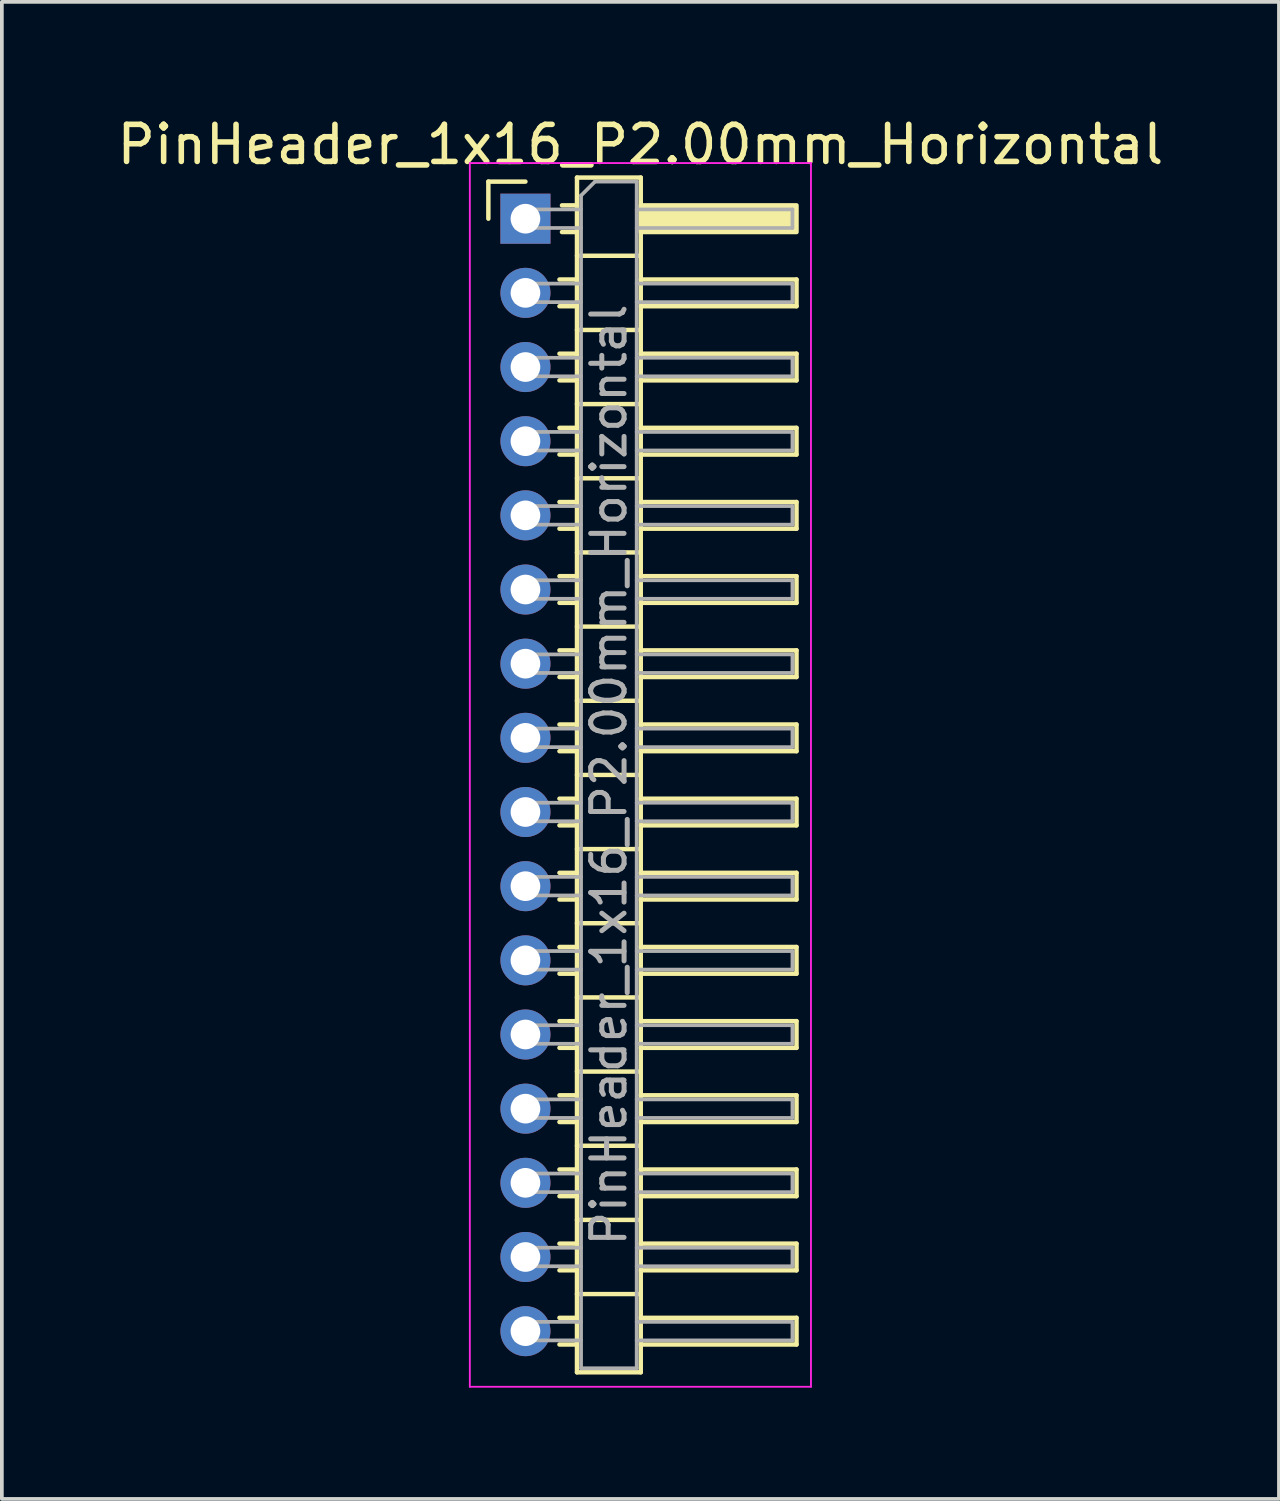
<source format=kicad_pcb>
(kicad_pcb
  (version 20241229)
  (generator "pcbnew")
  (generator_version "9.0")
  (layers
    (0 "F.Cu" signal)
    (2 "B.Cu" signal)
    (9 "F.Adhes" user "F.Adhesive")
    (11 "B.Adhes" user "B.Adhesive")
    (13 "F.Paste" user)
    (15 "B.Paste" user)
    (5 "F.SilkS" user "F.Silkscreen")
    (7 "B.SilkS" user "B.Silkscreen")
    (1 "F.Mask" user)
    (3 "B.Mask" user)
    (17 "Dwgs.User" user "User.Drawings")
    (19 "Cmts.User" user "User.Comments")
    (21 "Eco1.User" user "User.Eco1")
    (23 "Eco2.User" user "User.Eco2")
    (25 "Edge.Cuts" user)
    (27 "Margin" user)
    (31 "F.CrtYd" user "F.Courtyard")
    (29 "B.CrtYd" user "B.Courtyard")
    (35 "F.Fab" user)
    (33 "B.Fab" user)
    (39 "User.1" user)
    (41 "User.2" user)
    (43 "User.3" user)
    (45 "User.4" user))
  (footprint "PinHeader_1x16_P2.00mm_Horizontal"
    (layer "F.Cu")
    (at 11.12 2.848)
    (property "Reference" "PinHeader_1x16_P2.00mm_Horizontal" (at 3.1 -2 0) (layer "F.SilkS") (effects (font (size 1 1) (thickness 0.15))))
    (attr through_hole)
    (fp_line (start -1 -1) (end 0 -1) (stroke (width 0.12) (type solid)) (layer "F.SilkS"))
    (fp_line (start -1 0) (end -1 -1) (stroke (width 0.12) (type solid)) (layer "F.SilkS"))
    (fp_line (start 0.917 1.64) (end 1.39 1.64) (stroke (width 0.12) (type solid)) (layer "F.SilkS"))
    (fp_line (start 0.917 2.36) (end 1.39 2.36) (stroke (width 0.12) (type solid)) (layer "F.SilkS"))
    (fp_line (start 0.917 3.64) (end 1.39 3.64) (stroke (width 0.12) (type solid)) (layer "F.SilkS"))
    (fp_line (start 0.917 4.36) (end 1.39 4.36) (stroke (width 0.12) (type solid)) (layer "F.SilkS"))
    (fp_line (start 0.917 5.64) (end 1.39 5.64) (stroke (width 0.12) (type solid)) (layer "F.SilkS"))
    (fp_line (start 0.917 6.36) (end 1.39 6.36) (stroke (width 0.12) (type solid)) (layer "F.SilkS"))
    (fp_line (start 0.917 7.64) (end 1.39 7.64) (stroke (width 0.12) (type solid)) (layer "F.SilkS"))
    (fp_line (start 0.917 8.36) (end 1.39 8.36) (stroke (width 0.12) (type solid)) (layer "F.SilkS"))
    (fp_line (start 0.917 9.64) (end 1.39 9.64) (stroke (width 0.12) (type solid)) (layer "F.SilkS"))
    (fp_line (start 0.917 10.36) (end 1.39 10.36) (stroke (width 0.12) (type solid)) (layer "F.SilkS"))
    (fp_line (start 0.917 11.64) (end 1.39 11.64) (stroke (width 0.12) (type solid)) (layer "F.SilkS"))
    (fp_line (start 0.917 12.36) (end 1.39 12.36) (stroke (width 0.12) (type solid)) (layer "F.SilkS"))
    (fp_line (start 0.917 13.64) (end 1.39 13.64) (stroke (width 0.12) (type solid)) (layer "F.SilkS"))
    (fp_line (start 0.917 14.36) (end 1.39 14.36) (stroke (width 0.12) (type solid)) (layer "F.SilkS"))
    (fp_line (start 0.917 15.64) (end 1.39 15.64) (stroke (width 0.12) (type solid)) (layer "F.SilkS"))
    (fp_line (start 0.917 16.36) (end 1.39 16.36) (stroke (width 0.12) (type solid)) (layer "F.SilkS"))
    (fp_line (start 0.917 17.64) (end 1.39 17.64) (stroke (width 0.12) (type solid)) (layer "F.SilkS"))
    (fp_line (start 0.917 18.36) (end 1.39 18.36) (stroke (width 0.12) (type solid)) (layer "F.SilkS"))
    (fp_line (start 0.917 19.64) (end 1.39 19.64) (stroke (width 0.12) (type solid)) (layer "F.SilkS"))
    (fp_line (start 0.917 20.36) (end 1.39 20.36) (stroke (width 0.12) (type solid)) (layer "F.SilkS"))
    (fp_line (start 0.917 21.64) (end 1.39 21.64) (stroke (width 0.12) (type solid)) (layer "F.SilkS"))
    (fp_line (start 0.917 22.36) (end 1.39 22.36) (stroke (width 0.12) (type solid)) (layer "F.SilkS"))
    (fp_line (start 0.917 23.64) (end 1.39 23.64) (stroke (width 0.12) (type solid)) (layer "F.SilkS"))
    (fp_line (start 0.917 24.36) (end 1.39 24.36) (stroke (width 0.12) (type solid)) (layer "F.SilkS"))
    (fp_line (start 0.917 25.64) (end 1.39 25.64) (stroke (width 0.12) (type solid)) (layer "F.SilkS"))
    (fp_line (start 0.917 26.36) (end 1.39 26.36) (stroke (width 0.12) (type solid)) (layer "F.SilkS"))
    (fp_line (start 0.917 27.64) (end 1.39 27.64) (stroke (width 0.12) (type solid)) (layer "F.SilkS"))
    (fp_line (start 0.917 28.36) (end 1.39 28.36) (stroke (width 0.12) (type solid)) (layer "F.SilkS"))
    (fp_line (start 0.917 29.64) (end 1.39 29.64) (stroke (width 0.12) (type solid)) (layer "F.SilkS"))
    (fp_line (start 0.917 30.36) (end 1.39 30.36) (stroke (width 0.12) (type solid)) (layer "F.SilkS"))
    (fp_line (start 0.985 -0.36) (end 1.39 -0.36) (stroke (width 0.12) (type solid)) (layer "F.SilkS"))
    (fp_line (start 0.985 0.36) (end 1.39 0.36) (stroke (width 0.12) (type solid)) (layer "F.SilkS"))
    (fp_line (start 1.39 -1.11) (end 1.39 31.11) (stroke (width 0.12) (type solid)) (layer "F.SilkS"))
    (fp_line (start 1.39 1) (end 3.11 1) (stroke (width 0.12) (type solid)) (layer "F.SilkS"))
    (fp_line (start 1.39 3) (end 3.11 3) (stroke (width 0.12) (type solid)) (layer "F.SilkS"))
    (fp_line (start 1.39 5) (end 3.11 5) (stroke (width 0.12) (type solid)) (layer "F.SilkS"))
    (fp_line (start 1.39 7) (end 3.11 7) (stroke (width 0.12) (type solid)) (layer "F.SilkS"))
    (fp_line (start 1.39 9) (end 3.11 9) (stroke (width 0.12) (type solid)) (layer "F.SilkS"))
    (fp_line (start 1.39 11) (end 3.11 11) (stroke (width 0.12) (type solid)) (layer "F.SilkS"))
    (fp_line (start 1.39 13) (end 3.11 13) (stroke (width 0.12) (type solid)) (layer "F.SilkS"))
    (fp_line (start 1.39 15) (end 3.11 15) (stroke (width 0.12) (type solid)) (layer "F.SilkS"))
    (fp_line (start 1.39 17) (end 3.11 17) (stroke (width 0.12) (type solid)) (layer "F.SilkS"))
    (fp_line (start 1.39 19) (end 3.11 19) (stroke (width 0.12) (type solid)) (layer "F.SilkS"))
    (fp_line (start 1.39 21) (end 3.11 21) (stroke (width 0.12) (type solid)) (layer "F.SilkS"))
    (fp_line (start 1.39 23) (end 3.11 23) (stroke (width 0.12) (type solid)) (layer "F.SilkS"))
    (fp_line (start 1.39 25) (end 3.11 25) (stroke (width 0.12) (type solid)) (layer "F.SilkS"))
    (fp_line (start 1.39 27) (end 3.11 27) (stroke (width 0.12) (type solid)) (layer "F.SilkS"))
    (fp_line (start 1.39 29) (end 3.11 29) (stroke (width 0.12) (type solid)) (layer "F.SilkS"))
    (fp_line (start 1.39 31.11) (end 3.11 31.11) (stroke (width 0.12) (type solid)) (layer "F.SilkS"))
    (fp_line (start 3.11 -1.11) (end 1.39 -1.11) (stroke (width 0.12) (type solid)) (layer "F.SilkS"))
    (fp_line (start 3.11 1.64) (end 7.31 1.64) (stroke (width 0.12) (type solid)) (layer "F.SilkS"))
    (fp_line (start 3.11 3.64) (end 7.31 3.64) (stroke (width 0.12) (type solid)) (layer "F.SilkS"))
    (fp_line (start 3.11 5.64) (end 7.31 5.64) (stroke (width 0.12) (type solid)) (layer "F.SilkS"))
    (fp_line (start 3.11 7.64) (end 7.31 7.64) (stroke (width 0.12) (type solid)) (layer "F.SilkS"))
    (fp_line (start 3.11 9.64) (end 7.31 9.64) (stroke (width 0.12) (type solid)) (layer "F.SilkS"))
    (fp_line (start 3.11 11.64) (end 7.31 11.64) (stroke (width 0.12) (type solid)) (layer "F.SilkS"))
    (fp_line (start 3.11 13.64) (end 7.31 13.64) (stroke (width 0.12) (type solid)) (layer "F.SilkS"))
    (fp_line (start 3.11 15.64) (end 7.31 15.64) (stroke (width 0.12) (type solid)) (layer "F.SilkS"))
    (fp_line (start 3.11 17.64) (end 7.31 17.64) (stroke (width 0.12) (type solid)) (layer "F.SilkS"))
    (fp_line (start 3.11 19.64) (end 7.31 19.64) (stroke (width 0.12) (type solid)) (layer "F.SilkS"))
    (fp_line (start 3.11 21.64) (end 7.31 21.64) (stroke (width 0.12) (type solid)) (layer "F.SilkS"))
    (fp_line (start 3.11 23.64) (end 7.31 23.64) (stroke (width 0.12) (type solid)) (layer "F.SilkS"))
    (fp_line (start 3.11 25.64) (end 7.31 25.64) (stroke (width 0.12) (type solid)) (layer "F.SilkS"))
    (fp_line (start 3.11 27.64) (end 7.31 27.64) (stroke (width 0.12) (type solid)) (layer "F.SilkS"))
    (fp_line (start 3.11 29.64) (end 7.31 29.64) (stroke (width 0.12) (type solid)) (layer "F.SilkS"))
    (fp_line (start 3.11 31.11) (end 3.11 -1.11) (stroke (width 0.12) (type solid)) (layer "F.SilkS"))
    (fp_line (start 7.31 1.64) (end 7.31 2.36) (stroke (width 0.12) (type solid)) (layer "F.SilkS"))
    (fp_line (start 7.31 2.36) (end 3.11 2.36) (stroke (width 0.12) (type solid)) (layer "F.SilkS"))
    (fp_line (start 7.31 3.64) (end 7.31 4.36) (stroke (width 0.12) (type solid)) (layer "F.SilkS"))
    (fp_line (start 7.31 4.36) (end 3.11 4.36) (stroke (width 0.12) (type solid)) (layer "F.SilkS"))
    (fp_line (start 7.31 5.64) (end 7.31 6.36) (stroke (width 0.12) (type solid)) (layer "F.SilkS"))
    (fp_line (start 7.31 6.36) (end 3.11 6.36) (stroke (width 0.12) (type solid)) (layer "F.SilkS"))
    (fp_line (start 7.31 7.64) (end 7.31 8.36) (stroke (width 0.12) (type solid)) (layer "F.SilkS"))
    (fp_line (start 7.31 8.36) (end 3.11 8.36) (stroke (width 0.12) (type solid)) (layer "F.SilkS"))
    (fp_line (start 7.31 9.64) (end 7.31 10.36) (stroke (width 0.12) (type solid)) (layer "F.SilkS"))
    (fp_line (start 7.31 10.36) (end 3.11 10.36) (stroke (width 0.12) (type solid)) (layer "F.SilkS"))
    (fp_line (start 7.31 11.64) (end 7.31 12.36) (stroke (width 0.12) (type solid)) (layer "F.SilkS"))
    (fp_line (start 7.31 12.36) (end 3.11 12.36) (stroke (width 0.12) (type solid)) (layer "F.SilkS"))
    (fp_line (start 7.31 13.64) (end 7.31 14.36) (stroke (width 0.12) (type solid)) (layer "F.SilkS"))
    (fp_line (start 7.31 14.36) (end 3.11 14.36) (stroke (width 0.12) (type solid)) (layer "F.SilkS"))
    (fp_line (start 7.31 15.64) (end 7.31 16.36) (stroke (width 0.12) (type solid)) (layer "F.SilkS"))
    (fp_line (start 7.31 16.36) (end 3.11 16.36) (stroke (width 0.12) (type solid)) (layer "F.SilkS"))
    (fp_line (start 7.31 17.64) (end 7.31 18.36) (stroke (width 0.12) (type solid)) (layer "F.SilkS"))
    (fp_line (start 7.31 18.36) (end 3.11 18.36) (stroke (width 0.12) (type solid)) (layer "F.SilkS"))
    (fp_line (start 7.31 19.64) (end 7.31 20.36) (stroke (width 0.12) (type solid)) (layer "F.SilkS"))
    (fp_line (start 7.31 20.36) (end 3.11 20.36) (stroke (width 0.12) (type solid)) (layer "F.SilkS"))
    (fp_line (start 7.31 21.64) (end 7.31 22.36) (stroke (width 0.12) (type solid)) (layer "F.SilkS"))
    (fp_line (start 7.31 22.36) (end 3.11 22.36) (stroke (width 0.12) (type solid)) (layer "F.SilkS"))
    (fp_line (start 7.31 23.64) (end 7.31 24.36) (stroke (width 0.12) (type solid)) (layer "F.SilkS"))
    (fp_line (start 7.31 24.36) (end 3.11 24.36) (stroke (width 0.12) (type solid)) (layer "F.SilkS"))
    (fp_line (start 7.31 25.64) (end 7.31 26.36) (stroke (width 0.12) (type solid)) (layer "F.SilkS"))
    (fp_line (start 7.31 26.36) (end 3.11 26.36) (stroke (width 0.12) (type solid)) (layer "F.SilkS"))
    (fp_line (start 7.31 27.64) (end 7.31 28.36) (stroke (width 0.12) (type solid)) (layer "F.SilkS"))
    (fp_line (start 7.31 28.36) (end 3.11 28.36) (stroke (width 0.12) (type solid)) (layer "F.SilkS"))
    (fp_line (start 7.31 29.64) (end 7.31 30.36) (stroke (width 0.12) (type solid)) (layer "F.SilkS"))
    (fp_line (start 7.31 30.36) (end 3.11 30.36) (stroke (width 0.12) (type solid)) (layer "F.SilkS"))
    (fp_rect (start 3.11 -0.36) (end 7.31 0.36) (stroke (width 0.12) (type solid)) (fill yes) (layer "F.SilkS"))
    (fp_line (start -1.5 -1.5) (end -1.5 31.5) (stroke (width 0.05) (type solid)) (layer "F.CrtYd"))
    (fp_line (start -1.5 31.5) (end 7.7 31.5) (stroke (width 0.05) (type solid)) (layer "F.CrtYd"))
    (fp_line (start 7.7 -1.5) (end -1.5 -1.5) (stroke (width 0.05) (type solid)) (layer "F.CrtYd"))
    (fp_line (start 7.7 31.5) (end 7.7 -1.5) (stroke (width 0.05) (type solid)) (layer "F.CrtYd"))
    (fp_line (start -0.25 -0.25) (end -0.25 0.25) (stroke (width 0.1) (type solid)) (layer "F.Fab"))
    (fp_line (start -0.25 -0.25) (end 1.5 -0.25) (stroke (width 0.1) (type solid)) (layer "F.Fab"))
    (fp_line (start -0.25 0.25) (end 1.5 0.25) (stroke (width 0.1) (type solid)) (layer "F.Fab"))
    (fp_line (start -0.25 1.75) (end -0.25 2.25) (stroke (width 0.1) (type solid)) (layer "F.Fab"))
    (fp_line (start -0.25 1.75) (end 1.5 1.75) (stroke (width 0.1) (type solid)) (layer "F.Fab"))
    (fp_line (start -0.25 2.25) (end 1.5 2.25) (stroke (width 0.1) (type solid)) (layer "F.Fab"))
    (fp_line (start -0.25 3.75) (end -0.25 4.25) (stroke (width 0.1) (type solid)) (layer "F.Fab"))
    (fp_line (start -0.25 3.75) (end 1.5 3.75) (stroke (width 0.1) (type solid)) (layer "F.Fab"))
    (fp_line (start -0.25 4.25) (end 1.5 4.25) (stroke (width 0.1) (type solid)) (layer "F.Fab"))
    (fp_line (start -0.25 5.75) (end -0.25 6.25) (stroke (width 0.1) (type solid)) (layer "F.Fab"))
    (fp_line (start -0.25 5.75) (end 1.5 5.75) (stroke (width 0.1) (type solid)) (layer "F.Fab"))
    (fp_line (start -0.25 6.25) (end 1.5 6.25) (stroke (width 0.1) (type solid)) (layer "F.Fab"))
    (fp_line (start -0.25 7.75) (end -0.25 8.25) (stroke (width 0.1) (type solid)) (layer "F.Fab"))
    (fp_line (start -0.25 7.75) (end 1.5 7.75) (stroke (width 0.1) (type solid)) (layer "F.Fab"))
    (fp_line (start -0.25 8.25) (end 1.5 8.25) (stroke (width 0.1) (type solid)) (layer "F.Fab"))
    (fp_line (start -0.25 9.75) (end -0.25 10.25) (stroke (width 0.1) (type solid)) (layer "F.Fab"))
    (fp_line (start -0.25 9.75) (end 1.5 9.75) (stroke (width 0.1) (type solid)) (layer "F.Fab"))
    (fp_line (start -0.25 10.25) (end 1.5 10.25) (stroke (width 0.1) (type solid)) (layer "F.Fab"))
    (fp_line (start -0.25 11.75) (end -0.25 12.25) (stroke (width 0.1) (type solid)) (layer "F.Fab"))
    (fp_line (start -0.25 11.75) (end 1.5 11.75) (stroke (width 0.1) (type solid)) (layer "F.Fab"))
    (fp_line (start -0.25 12.25) (end 1.5 12.25) (stroke (width 0.1) (type solid)) (layer "F.Fab"))
    (fp_line (start -0.25 13.75) (end -0.25 14.25) (stroke (width 0.1) (type solid)) (layer "F.Fab"))
    (fp_line (start -0.25 13.75) (end 1.5 13.75) (stroke (width 0.1) (type solid)) (layer "F.Fab"))
    (fp_line (start -0.25 14.25) (end 1.5 14.25) (stroke (width 0.1) (type solid)) (layer "F.Fab"))
    (fp_line (start -0.25 15.75) (end -0.25 16.25) (stroke (width 0.1) (type solid)) (layer "F.Fab"))
    (fp_line (start -0.25 15.75) (end 1.5 15.75) (stroke (width 0.1) (type solid)) (layer "F.Fab"))
    (fp_line (start -0.25 16.25) (end 1.5 16.25) (stroke (width 0.1) (type solid)) (layer "F.Fab"))
    (fp_line (start -0.25 17.75) (end -0.25 18.25) (stroke (width 0.1) (type solid)) (layer "F.Fab"))
    (fp_line (start -0.25 17.75) (end 1.5 17.75) (stroke (width 0.1) (type solid)) (layer "F.Fab"))
    (fp_line (start -0.25 18.25) (end 1.5 18.25) (stroke (width 0.1) (type solid)) (layer "F.Fab"))
    (fp_line (start -0.25 19.75) (end -0.25 20.25) (stroke (width 0.1) (type solid)) (layer "F.Fab"))
    (fp_line (start -0.25 19.75) (end 1.5 19.75) (stroke (width 0.1) (type solid)) (layer "F.Fab"))
    (fp_line (start -0.25 20.25) (end 1.5 20.25) (stroke (width 0.1) (type solid)) (layer "F.Fab"))
    (fp_line (start -0.25 21.75) (end -0.25 22.25) (stroke (width 0.1) (type solid)) (layer "F.Fab"))
    (fp_line (start -0.25 21.75) (end 1.5 21.75) (stroke (width 0.1) (type solid)) (layer "F.Fab"))
    (fp_line (start -0.25 22.25) (end 1.5 22.25) (stroke (width 0.1) (type solid)) (layer "F.Fab"))
    (fp_line (start -0.25 23.75) (end -0.25 24.25) (stroke (width 0.1) (type solid)) (layer "F.Fab"))
    (fp_line (start -0.25 23.75) (end 1.5 23.75) (stroke (width 0.1) (type solid)) (layer "F.Fab"))
    (fp_line (start -0.25 24.25) (end 1.5 24.25) (stroke (width 0.1) (type solid)) (layer "F.Fab"))
    (fp_line (start -0.25 25.75) (end -0.25 26.25) (stroke (width 0.1) (type solid)) (layer "F.Fab"))
    (fp_line (start -0.25 25.75) (end 1.5 25.75) (stroke (width 0.1) (type solid)) (layer "F.Fab"))
    (fp_line (start -0.25 26.25) (end 1.5 26.25) (stroke (width 0.1) (type solid)) (layer "F.Fab"))
    (fp_line (start -0.25 27.75) (end -0.25 28.25) (stroke (width 0.1) (type solid)) (layer "F.Fab"))
    (fp_line (start -0.25 27.75) (end 1.5 27.75) (stroke (width 0.1) (type solid)) (layer "F.Fab"))
    (fp_line (start -0.25 28.25) (end 1.5 28.25) (stroke (width 0.1) (type solid)) (layer "F.Fab"))
    (fp_line (start -0.25 29.75) (end -0.25 30.25) (stroke (width 0.1) (type solid)) (layer "F.Fab"))
    (fp_line (start -0.25 29.75) (end 1.5 29.75) (stroke (width 0.1) (type solid)) (layer "F.Fab"))
    (fp_line (start -0.25 30.25) (end 1.5 30.25) (stroke (width 0.1) (type solid)) (layer "F.Fab"))
    (fp_line (start 1.5 -0.625) (end 1.875 -1) (stroke (width 0.1) (type solid)) (layer "F.Fab"))
    (fp_line (start 1.5 31) (end 1.5 -0.625) (stroke (width 0.1) (type solid)) (layer "F.Fab"))
    (fp_line (start 1.875 -1) (end 3 -1) (stroke (width 0.1) (type solid)) (layer "F.Fab"))
    (fp_line (start 3 -1) (end 3 31) (stroke (width 0.1) (type solid)) (layer "F.Fab"))
    (fp_line (start 3 -0.25) (end 7.2 -0.25) (stroke (width 0.1) (type solid)) (layer "F.Fab"))
    (fp_line (start 3 0.25) (end 7.2 0.25) (stroke (width 0.1) (type solid)) (layer "F.Fab"))
    (fp_line (start 3 1.75) (end 7.2 1.75) (stroke (width 0.1) (type solid)) (layer "F.Fab"))
    (fp_line (start 3 2.25) (end 7.2 2.25) (stroke (width 0.1) (type solid)) (layer "F.Fab"))
    (fp_line (start 3 3.75) (end 7.2 3.75) (stroke (width 0.1) (type solid)) (layer "F.Fab"))
    (fp_line (start 3 4.25) (end 7.2 4.25) (stroke (width 0.1) (type solid)) (layer "F.Fab"))
    (fp_line (start 3 5.75) (end 7.2 5.75) (stroke (width 0.1) (type solid)) (layer "F.Fab"))
    (fp_line (start 3 6.25) (end 7.2 6.25) (stroke (width 0.1) (type solid)) (layer "F.Fab"))
    (fp_line (start 3 7.75) (end 7.2 7.75) (stroke (width 0.1) (type solid)) (layer "F.Fab"))
    (fp_line (start 3 8.25) (end 7.2 8.25) (stroke (width 0.1) (type solid)) (layer "F.Fab"))
    (fp_line (start 3 9.75) (end 7.2 9.75) (stroke (width 0.1) (type solid)) (layer "F.Fab"))
    (fp_line (start 3 10.25) (end 7.2 10.25) (stroke (width 0.1) (type solid)) (layer "F.Fab"))
    (fp_line (start 3 11.75) (end 7.2 11.75) (stroke (width 0.1) (type solid)) (layer "F.Fab"))
    (fp_line (start 3 12.25) (end 7.2 12.25) (stroke (width 0.1) (type solid)) (layer "F.Fab"))
    (fp_line (start 3 13.75) (end 7.2 13.75) (stroke (width 0.1) (type solid)) (layer "F.Fab"))
    (fp_line (start 3 14.25) (end 7.2 14.25) (stroke (width 0.1) (type solid)) (layer "F.Fab"))
    (fp_line (start 3 15.75) (end 7.2 15.75) (stroke (width 0.1) (type solid)) (layer "F.Fab"))
    (fp_line (start 3 16.25) (end 7.2 16.25) (stroke (width 0.1) (type solid)) (layer "F.Fab"))
    (fp_line (start 3 17.75) (end 7.2 17.75) (stroke (width 0.1) (type solid)) (layer "F.Fab"))
    (fp_line (start 3 18.25) (end 7.2 18.25) (stroke (width 0.1) (type solid)) (layer "F.Fab"))
    (fp_line (start 3 19.75) (end 7.2 19.75) (stroke (width 0.1) (type solid)) (layer "F.Fab"))
    (fp_line (start 3 20.25) (end 7.2 20.25) (stroke (width 0.1) (type solid)) (layer "F.Fab"))
    (fp_line (start 3 21.75) (end 7.2 21.75) (stroke (width 0.1) (type solid)) (layer "F.Fab"))
    (fp_line (start 3 22.25) (end 7.2 22.25) (stroke (width 0.1) (type solid)) (layer "F.Fab"))
    (fp_line (start 3 23.75) (end 7.2 23.75) (stroke (width 0.1) (type solid)) (layer "F.Fab"))
    (fp_line (start 3 24.25) (end 7.2 24.25) (stroke (width 0.1) (type solid)) (layer "F.Fab"))
    (fp_line (start 3 25.75) (end 7.2 25.75) (stroke (width 0.1) (type solid)) (layer "F.Fab"))
    (fp_line (start 3 26.25) (end 7.2 26.25) (stroke (width 0.1) (type solid)) (layer "F.Fab"))
    (fp_line (start 3 27.75) (end 7.2 27.75) (stroke (width 0.1) (type solid)) (layer "F.Fab"))
    (fp_line (start 3 28.25) (end 7.2 28.25) (stroke (width 0.1) (type solid)) (layer "F.Fab"))
    (fp_line (start 3 29.75) (end 7.2 29.75) (stroke (width 0.1) (type solid)) (layer "F.Fab"))
    (fp_line (start 3 30.25) (end 7.2 30.25) (stroke (width 0.1) (type solid)) (layer "F.Fab"))
    (fp_line (start 3 31) (end 1.5 31) (stroke (width 0.1) (type solid)) (layer "F.Fab"))
    (fp_line (start 7.2 -0.25) (end 7.2 0.25) (stroke (width 0.1) (type solid)) (layer "F.Fab"))
    (fp_line (start 7.2 1.75) (end 7.2 2.25) (stroke (width 0.1) (type solid)) (layer "F.Fab"))
    (fp_line (start 7.2 3.75) (end 7.2 4.25) (stroke (width 0.1) (type solid)) (layer "F.Fab"))
    (fp_line (start 7.2 5.75) (end 7.2 6.25) (stroke (width 0.1) (type solid)) (layer "F.Fab"))
    (fp_line (start 7.2 7.75) (end 7.2 8.25) (stroke (width 0.1) (type solid)) (layer "F.Fab"))
    (fp_line (start 7.2 9.75) (end 7.2 10.25) (stroke (width 0.1) (type solid)) (layer "F.Fab"))
    (fp_line (start 7.2 11.75) (end 7.2 12.25) (stroke (width 0.1) (type solid)) (layer "F.Fab"))
    (fp_line (start 7.2 13.75) (end 7.2 14.25) (stroke (width 0.1) (type solid)) (layer "F.Fab"))
    (fp_line (start 7.2 15.75) (end 7.2 16.25) (stroke (width 0.1) (type solid)) (layer "F.Fab"))
    (fp_line (start 7.2 17.75) (end 7.2 18.25) (stroke (width 0.1) (type solid)) (layer "F.Fab"))
    (fp_line (start 7.2 19.75) (end 7.2 20.25) (stroke (width 0.1) (type solid)) (layer "F.Fab"))
    (fp_line (start 7.2 21.75) (end 7.2 22.25) (stroke (width 0.1) (type solid)) (layer "F.Fab"))
    (fp_line (start 7.2 23.75) (end 7.2 24.25) (stroke (width 0.1) (type solid)) (layer "F.Fab"))
    (fp_line (start 7.2 25.75) (end 7.2 26.25) (stroke (width 0.1) (type solid)) (layer "F.Fab"))
    (fp_line (start 7.2 27.75) (end 7.2 28.25) (stroke (width 0.1) (type solid)) (layer "F.Fab"))
    (fp_line (start 7.2 29.75) (end 7.2 30.25) (stroke (width 0.1) (type solid)) (layer "F.Fab"))
    (fp_text user "${REFERENCE}" (at 2.25 15 90) (layer "F.Fab") (effects (font (size 0.9 0.9) (thickness 0.135))))
    (pad "1" thru_hole rect (at 0 0) (size 1.35 1.35) (drill 0.8) (layers "*.Cu" "*.Mask"))
    (pad "2" thru_hole circle (at 0 2) (size 1.35 1.35) (drill 0.8) (layers "*.Cu" "*.Mask"))
    (pad "3" thru_hole circle (at 0 4) (size 1.35 1.35) (drill 0.8) (layers "*.Cu" "*.Mask"))
    (pad "4" thru_hole circle (at 0 6) (size 1.35 1.35) (drill 0.8) (layers "*.Cu" "*.Mask"))
    (pad "5" thru_hole circle (at 0 8) (size 1.35 1.35) (drill 0.8) (layers "*.Cu" "*.Mask"))
    (pad "6" thru_hole circle (at 0 10) (size 1.35 1.35) (drill 0.8) (layers "*.Cu" "*.Mask"))
    (pad "7" thru_hole circle (at 0 12) (size 1.35 1.35) (drill 0.8) (layers "*.Cu" "*.Mask"))
    (pad "8" thru_hole circle (at 0 14) (size 1.35 1.35) (drill 0.8) (layers "*.Cu" "*.Mask"))
    (pad "9" thru_hole circle (at 0 16) (size 1.35 1.35) (drill 0.8) (layers "*.Cu" "*.Mask"))
    (pad "10" thru_hole circle (at 0 18) (size 1.35 1.35) (drill 0.8) (layers "*.Cu" "*.Mask"))
    (pad "11" thru_hole circle (at 0 20) (size 1.35 1.35) (drill 0.8) (layers "*.Cu" "*.Mask"))
    (pad "12" thru_hole circle (at 0 22) (size 1.35 1.35) (drill 0.8) (layers "*.Cu" "*.Mask"))
    (pad "13" thru_hole circle (at 0 24) (size 1.35 1.35) (drill 0.8) (layers "*.Cu" "*.Mask"))
    (pad "14" thru_hole circle (at 0 26) (size 1.35 1.35) (drill 0.8) (layers "*.Cu" "*.Mask"))
    (pad "15" thru_hole circle (at 0 28) (size 1.35 1.35) (drill 0.8) (layers "*.Cu" "*.Mask"))
    (pad "16" thru_hole circle (at 0 30) (size 1.35 1.35) (drill 0.8) (layers "*.Cu" "*.Mask")))
  (gr_rect
    (start -3 -3)
    (end 31.44 37.373)
    (stroke (width 0.1) (type default))
    (fill no)
    (layer "Edge.Cuts")))
</source>
